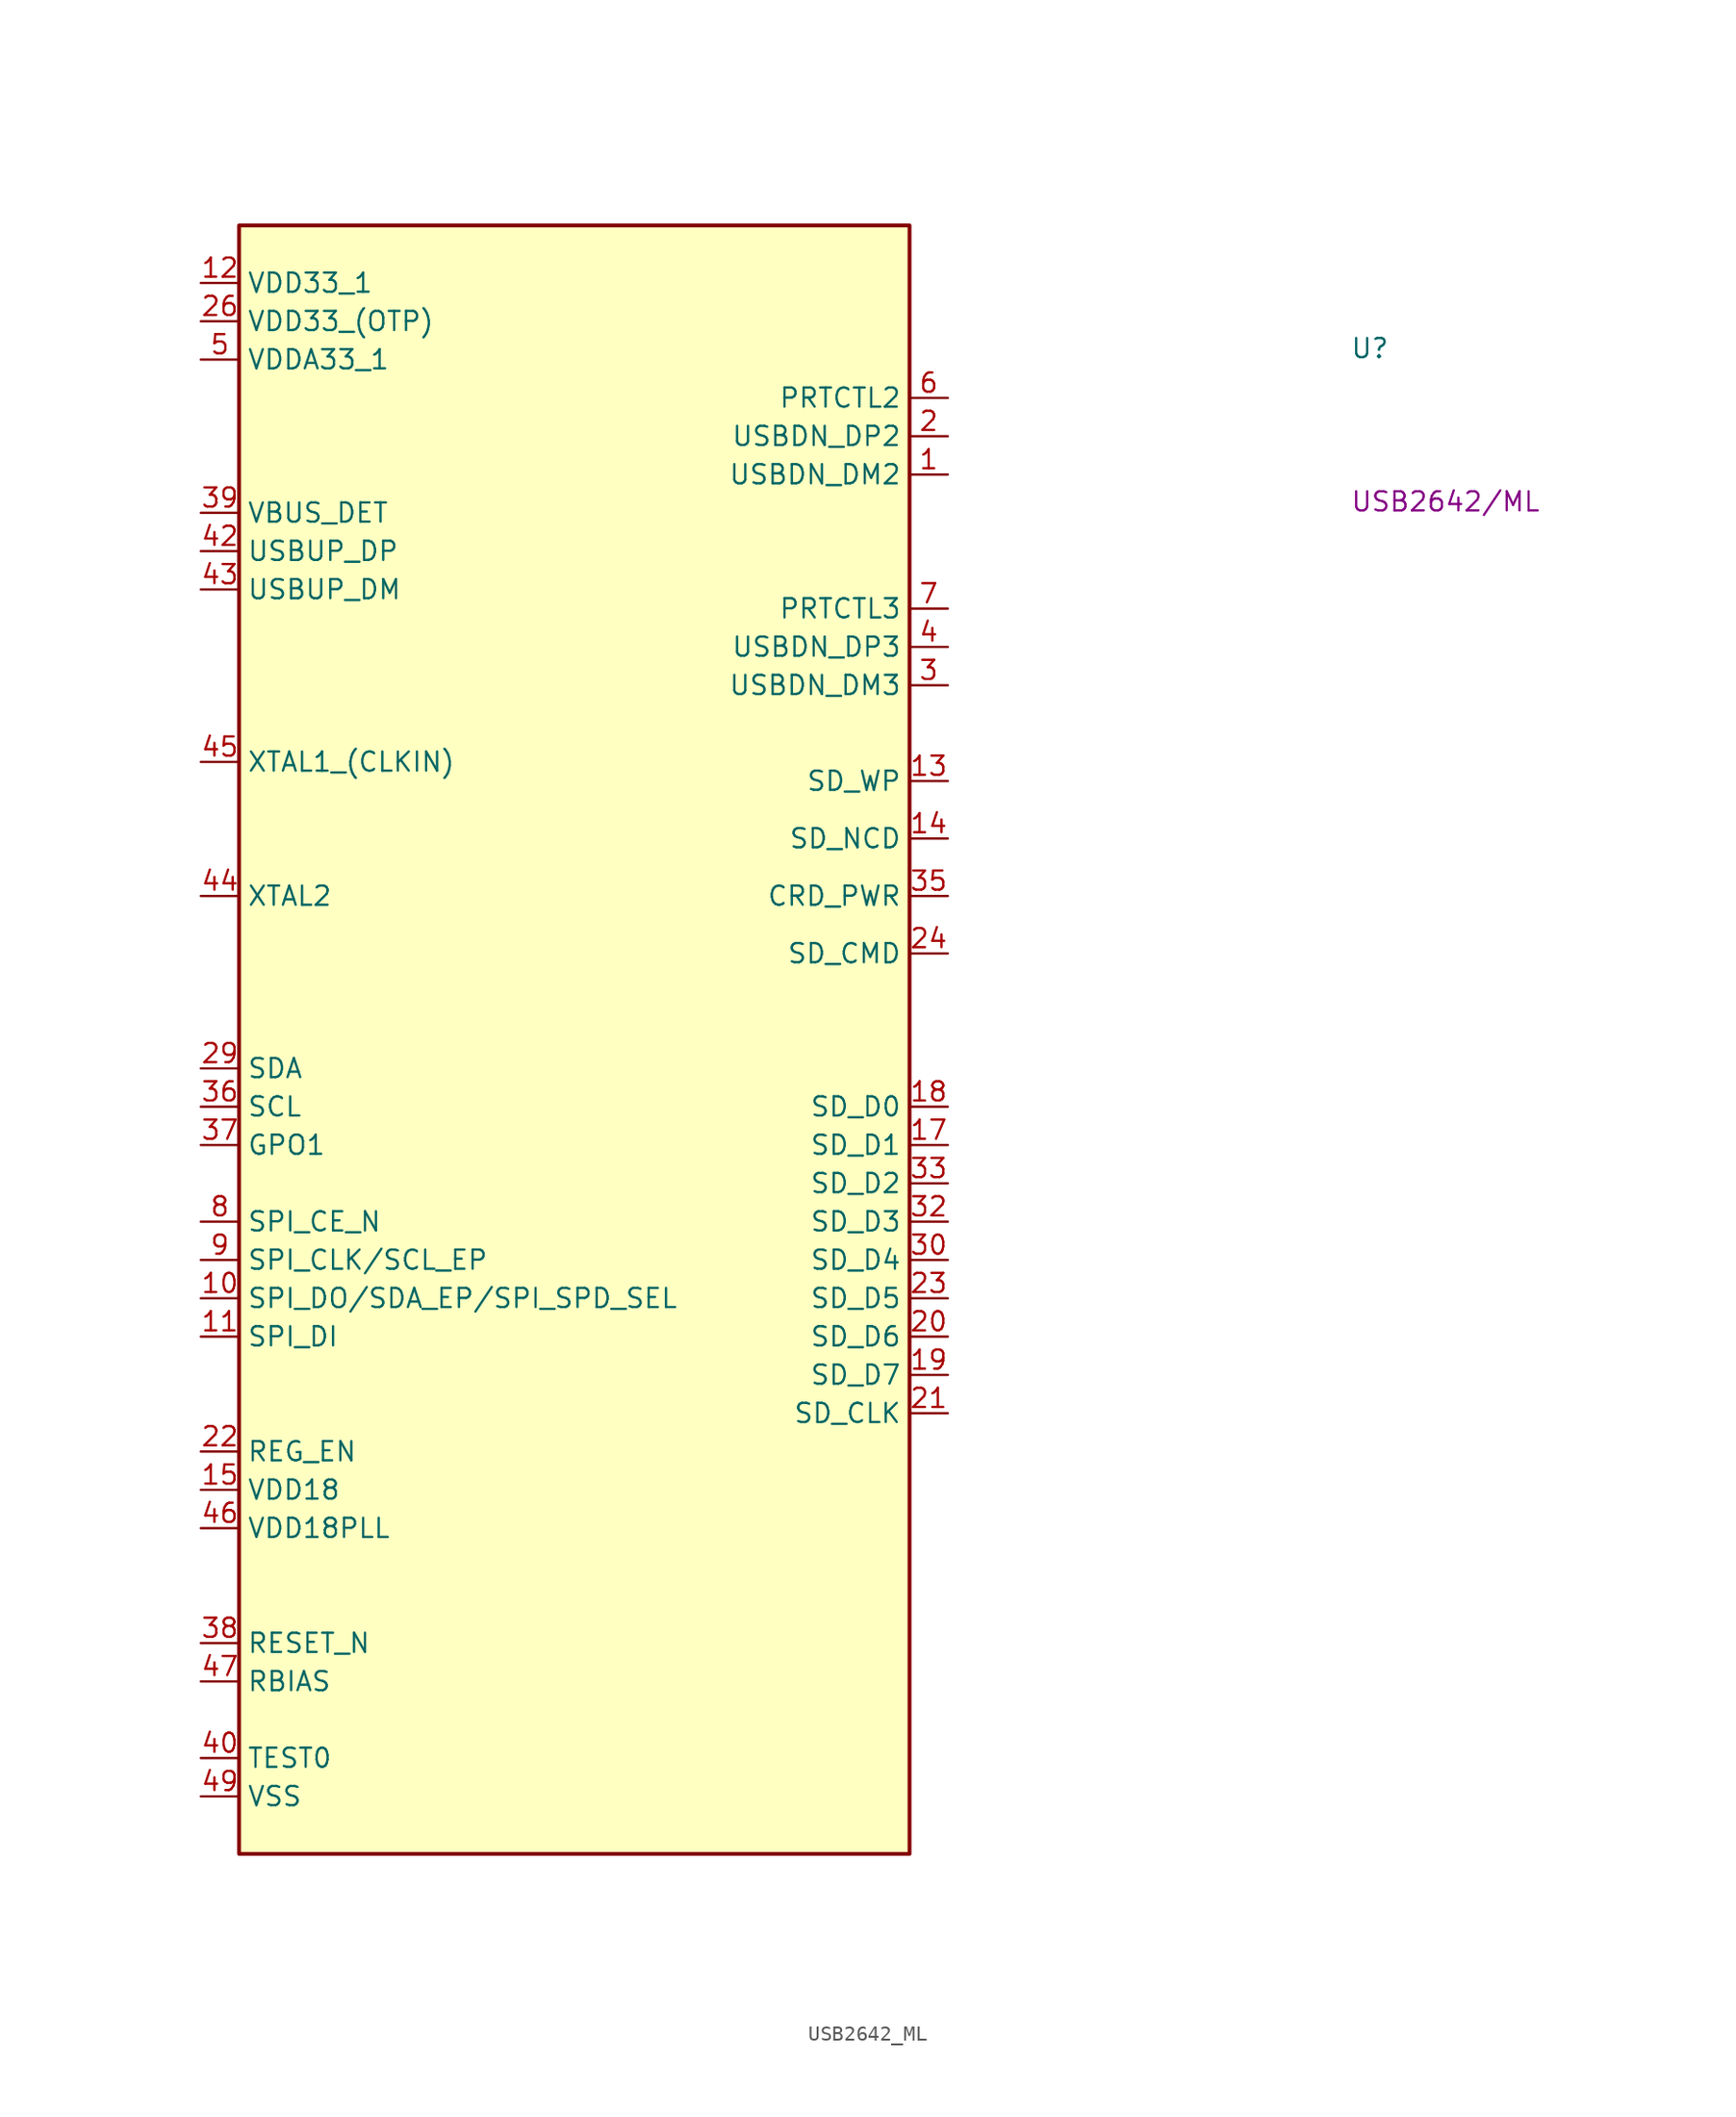
<source format=kicad_sym>
(kicad_symbol_lib
  (version 20220914)
  (generator kicad_symbol_editor)
  (symbol "USB2642_ML"
    (property "Reference" "U"
      (at 76.2 -5.08 0)
      (effects (font (size 1.27 1.27) (thickness 0.15)) (justify left bottom)))
    (property "MPN" "USB2642/ML"
      (at 76.2 -15.24 0)
      (effects (font (size 1.27 1.27) (thickness 0.15)) (justify left bottom)))
    (symbol "USB2642_ML_1_1"
      (rectangle (start 2.54 3.81) (end 46.99 -104.14) (stroke (width 0.254) (type default)) (fill (type background)))
      (pin passive line (at 49.53 -12.7 180) (length 2.54) (name "USBDN_DM2" (effects (font (size 1.27 1.27)))) (number "1" (effects (font (size 1.27 1.27)))))
      (pin passive line (at 0 -67.31 0) (length 2.54) (name "SPI_DO/SDA_EP/SPI_SPD_SEL" (effects (font (size 1.27 1.27)))) (number "10" (effects (font (size 1.27 1.27)))))
      (pin passive line (at 0 -69.85 0) (length 2.54) (name "SPI_DI" (effects (font (size 1.27 1.27)))) (number "11" (effects (font (size 1.27 1.27)))))
      (pin passive line (at 0 0 0) (length 2.54) (name "VDD33_1" (effects (font (size 1.27 1.27)))) (number "12" (effects (font (size 1.27 1.27)))))
      (pin passive line (at 49.53 -33.02 180) (length 2.54) (name "SD_WP" (effects (font (size 1.27 1.27)))) (number "13" (effects (font (size 1.27 1.27)))))
      (pin passive line (at 49.53 -36.83 180) (length 2.54) (name "SD_NCD" (effects (font (size 1.27 1.27)))) (number "14" (effects (font (size 1.27 1.27)))))
      (pin passive line (at 0 -80.01 0) (length 2.54) (name "VDD18" (effects (font (size 1.27 1.27)))) (number "15" (effects (font (size 1.27 1.27)))))
      (pin passive line (at 0 0 0) (length 2.54) hide (name "VDD33_2" (effects (font (size 1.27 1.27)))) (number "16" (effects (font (size 1.27 1.27)))))
      (pin passive line (at 49.53 -57.15 180) (length 2.54) (name "SD_D1" (effects (font (size 1.27 1.27)))) (number "17" (effects (font (size 1.27 1.27)))))
      (pin passive line (at 49.53 -54.61 180) (length 2.54) (name "SD_D0" (effects (font (size 1.27 1.27)))) (number "18" (effects (font (size 1.27 1.27)))))
      (pin passive line (at 49.53 -72.39 180) (length 2.54) (name "SD_D7" (effects (font (size 1.27 1.27)))) (number "19" (effects (font (size 1.27 1.27)))))
      (pin passive line (at 49.53 -10.16 180) (length 2.54) (name "USBDN_DP2" (effects (font (size 1.27 1.27)))) (number "2" (effects (font (size 1.27 1.27)))))
      (pin passive line (at 49.53 -69.85 180) (length 2.54) (name "SD_D6" (effects (font (size 1.27 1.27)))) (number "20" (effects (font (size 1.27 1.27)))))
      (pin passive line (at 49.53 -74.93 180) (length 2.54) (name "SD_CLK" (effects (font (size 1.27 1.27)))) (number "21" (effects (font (size 1.27 1.27)))))
      (pin passive line (at 0 -77.47 0) (length 2.54) (name "REG_EN" (effects (font (size 1.27 1.27)))) (number "22" (effects (font (size 1.27 1.27)))))
      (pin passive line (at 49.53 -67.31 180) (length 2.54) (name "SD_D5" (effects (font (size 1.27 1.27)))) (number "23" (effects (font (size 1.27 1.27)))))
      (pin passive line (at 49.53 -44.45 180) (length 2.54) (name "SD_CMD" (effects (font (size 1.27 1.27)))) (number "24" (effects (font (size 1.27 1.27)))))
      (pin passive line (at 0 0 0) (length 2.54) hide (name "VDD33_3" (effects (font (size 1.27 1.27)))) (number "25" (effects (font (size 1.27 1.27)))))
      (pin passive line (at 0 -2.54 0) (length 2.54) (name "VDD33_(OTP)" (effects (font (size 1.27 1.27)))) (number "26" (effects (font (size 1.27 1.27)))))
      (pin passive line (at 0 -97.79 0) (length 2.54) hide (name "TEST1" (effects (font (size 1.27 1.27)))) (number "27" (effects (font (size 1.27 1.27)))))
      (pin passive line (at 0 -97.79 0) (length 2.54) hide (name "TEST2" (effects (font (size 1.27 1.27)))) (number "28" (effects (font (size 1.27 1.27)))))
      (pin passive line (at 0 -52.07 0) (length 2.54) (name "SDA" (effects (font (size 1.27 1.27)))) (number "29" (effects (font (size 1.27 1.27)))))
      (pin passive line (at 49.53 -26.67 180) (length 2.54) (name "USBDN_DM3" (effects (font (size 1.27 1.27)))) (number "3" (effects (font (size 1.27 1.27)))))
      (pin passive line (at 49.53 -64.77 180) (length 2.54) (name "SD_D4" (effects (font (size 1.27 1.27)))) (number "30" (effects (font (size 1.27 1.27)))))
      (pin no_connect line (at 46.99 -81.28 180) (length 2.54) hide (name "NC" (effects (font (size 1.27 1.27)))) (number "31" (effects (font (size 1.27 1.27)))))
      (pin passive line (at 49.53 -62.23 180) (length 2.54) (name "SD_D3" (effects (font (size 1.27 1.27)))) (number "32" (effects (font (size 1.27 1.27)))))
      (pin passive line (at 49.53 -59.69 180) (length 2.54) (name "SD_D2" (effects (font (size 1.27 1.27)))) (number "33" (effects (font (size 1.27 1.27)))))
      (pin passive line (at 0 0 0) (length 2.54) hide (name "VDD33_4" (effects (font (size 1.27 1.27)))) (number "34" (effects (font (size 1.27 1.27)))))
      (pin passive line (at 49.53 -40.64 180) (length 2.54) (name "CRD_PWR" (effects (font (size 1.27 1.27)))) (number "35" (effects (font (size 1.27 1.27)))))
      (pin passive line (at 0 -54.61 0) (length 2.54) (name "SCL" (effects (font (size 1.27 1.27)))) (number "36" (effects (font (size 1.27 1.27)))))
      (pin passive line (at 0 -57.15 0) (length 2.54) (name "GPO1" (effects (font (size 1.27 1.27)))) (number "37" (effects (font (size 1.27 1.27)))))
      (pin passive line (at 0 -90.17 0) (length 2.54) (name "RESET_N" (effects (font (size 1.27 1.27)))) (number "38" (effects (font (size 1.27 1.27)))))
      (pin passive line (at 0 -15.24 0) (length 2.54) (name "VBUS_DET" (effects (font (size 1.27 1.27)))) (number "39" (effects (font (size 1.27 1.27)))))
      (pin passive line (at 49.53 -24.13 180) (length 2.54) (name "USBDN_DP3" (effects (font (size 1.27 1.27)))) (number "4" (effects (font (size 1.27 1.27)))))
      (pin passive line (at 0 -97.79 0) (length 2.54) (name "TEST0" (effects (font (size 1.27 1.27)))) (number "40" (effects (font (size 1.27 1.27)))))
      (pin passive line (at 0 -5.08 0) (length 2.54) hide (name "VDDA33_2" (effects (font (size 1.27 1.27)))) (number "41" (effects (font (size 1.27 1.27)))))
      (pin passive line (at 0 -17.78 0) (length 2.54) (name "USBUP_DP" (effects (font (size 1.27 1.27)))) (number "42" (effects (font (size 1.27 1.27)))))
      (pin passive line (at 0 -20.32 0) (length 2.54) (name "USBUP_DM" (effects (font (size 1.27 1.27)))) (number "43" (effects (font (size 1.27 1.27)))))
      (pin passive line (at 0 -40.64 0) (length 2.54) (name "XTAL2" (effects (font (size 1.27 1.27)))) (number "44" (effects (font (size 1.27 1.27)))))
      (pin passive line (at 0 -31.75 0) (length 2.54) (name "XTAL1_(CLKIN)" (effects (font (size 1.27 1.27)))) (number "45" (effects (font (size 1.27 1.27)))))
      (pin passive line (at 0 -82.55 0) (length 2.54) (name "VDD18PLL" (effects (font (size 1.27 1.27)))) (number "46" (effects (font (size 1.27 1.27)))))
      (pin passive line (at 0 -92.71 0) (length 2.54) (name "RBIAS" (effects (font (size 1.27 1.27)))) (number "47" (effects (font (size 1.27 1.27)))))
      (pin passive line (at 0 -5.08 0) (length 2.54) hide (name "VDDA33_3" (effects (font (size 1.27 1.27)))) (number "48" (effects (font (size 1.27 1.27)))))
      (pin passive line (at 0 -100.33 0) (length 2.54) (name "VSS" (effects (font (size 1.27 1.27)))) (number "49" (effects (font (size 1.27 1.27)))))
      (pin passive line (at 0 -5.08 0) (length 2.54) (name "VDDA33_1" (effects (font (size 1.27 1.27)))) (number "5" (effects (font (size 1.27 1.27)))))
      (pin passive line (at 49.53 -7.62 180) (length 2.54) (name "PRTCTL2" (effects (font (size 1.27 1.27)))) (number "6" (effects (font (size 1.27 1.27)))))
      (pin passive line (at 49.53 -21.59 180) (length 2.54) (name "PRTCTL3" (effects (font (size 1.27 1.27)))) (number "7" (effects (font (size 1.27 1.27)))))
      (pin passive line (at 0 -62.23 0) (length 2.54) (name "SPI_CE_N" (effects (font (size 1.27 1.27)))) (number "8" (effects (font (size 1.27 1.27)))))
      (pin passive line (at 0 -64.77 0) (length 2.54) (name "SPI_CLK/SCL_EP" (effects (font (size 1.27 1.27)))) (number "9" (effects (font (size 1.27 1.27))))))))
</source>
